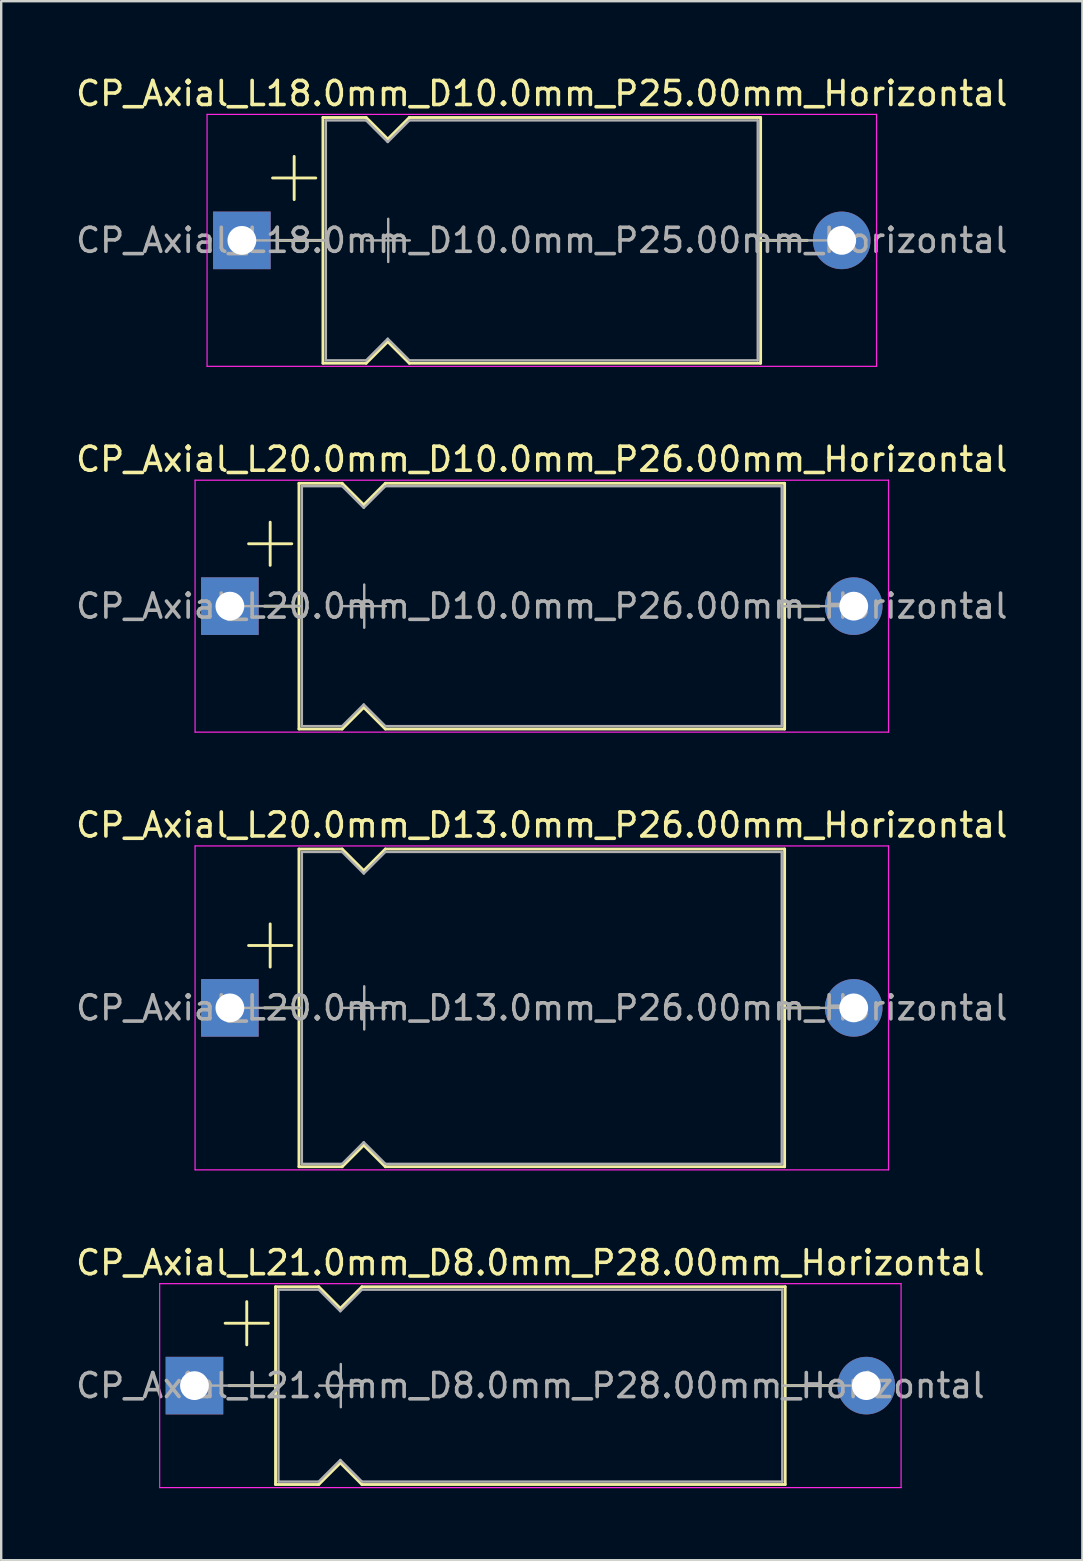
<source format=kicad_pcb>
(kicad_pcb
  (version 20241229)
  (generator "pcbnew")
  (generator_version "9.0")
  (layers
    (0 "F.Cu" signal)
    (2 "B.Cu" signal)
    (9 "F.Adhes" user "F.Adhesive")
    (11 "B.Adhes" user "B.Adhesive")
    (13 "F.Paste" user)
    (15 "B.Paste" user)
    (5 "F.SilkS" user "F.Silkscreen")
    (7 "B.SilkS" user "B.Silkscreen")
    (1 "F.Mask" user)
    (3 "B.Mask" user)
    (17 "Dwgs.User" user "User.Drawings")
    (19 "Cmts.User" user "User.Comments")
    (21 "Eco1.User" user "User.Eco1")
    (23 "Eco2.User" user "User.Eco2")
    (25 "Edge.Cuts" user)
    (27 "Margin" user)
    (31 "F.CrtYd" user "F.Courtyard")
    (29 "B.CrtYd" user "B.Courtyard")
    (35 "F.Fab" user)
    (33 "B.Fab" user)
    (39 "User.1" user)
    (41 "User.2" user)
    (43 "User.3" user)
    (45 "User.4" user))
  (footprint "CP_Axial_L21.0mm_D8.0mm_P28.00mm_Horizontal"
    (layer "F.Cu")
    (at 5.054 54.698)
    (property "Reference" "CP_Axial_L21.0mm_D8.0mm_P28.00mm_Horizontal" (at 14 -5.12 0) (layer "F.SilkS") (effects (font (size 1 1) (thickness 0.15))))
    (attr through_hole)
    (fp_line (start 1.28 -2.6) (end 3.08 -2.6) (stroke (width 0.12) (type solid)) (layer "F.SilkS"))
    (fp_line (start 1.44 0) (end 3.38 0) (stroke (width 0.12) (type solid)) (layer "F.SilkS"))
    (fp_line (start 2.18 -3.5) (end 2.18 -1.7) (stroke (width 0.12) (type solid)) (layer "F.SilkS"))
    (fp_line (start 3.38 -4.12) (end 3.38 4.12) (stroke (width 0.12) (type solid)) (layer "F.SilkS"))
    (fp_line (start 3.38 -4.12) (end 5.18 -4.12) (stroke (width 0.12) (type solid)) (layer "F.SilkS"))
    (fp_line (start 3.38 4.12) (end 5.18 4.12) (stroke (width 0.12) (type solid)) (layer "F.SilkS"))
    (fp_line (start 5.18 -4.12) (end 6.08 -3.22) (stroke (width 0.12) (type solid)) (layer "F.SilkS"))
    (fp_line (start 5.18 4.12) (end 6.08 3.22) (stroke (width 0.12) (type solid)) (layer "F.SilkS"))
    (fp_line (start 6.08 -3.22) (end 6.98 -4.12) (stroke (width 0.12) (type solid)) (layer "F.SilkS"))
    (fp_line (start 6.08 3.22) (end 6.98 4.12) (stroke (width 0.12) (type solid)) (layer "F.SilkS"))
    (fp_line (start 6.98 -4.12) (end 24.62 -4.12) (stroke (width 0.12) (type solid)) (layer "F.SilkS"))
    (fp_line (start 6.98 4.12) (end 24.62 4.12) (stroke (width 0.12) (type solid)) (layer "F.SilkS"))
    (fp_line (start 24.62 -4.12) (end 24.62 4.12) (stroke (width 0.12) (type solid)) (layer "F.SilkS"))
    (fp_line (start 26.56 0) (end 24.62 0) (stroke (width 0.12) (type solid)) (layer "F.SilkS"))
    (fp_line (start -1.45 -4.25) (end -1.45 4.25) (stroke (width 0.05) (type solid)) (layer "F.CrtYd"))
    (fp_line (start -1.45 4.25) (end 29.45 4.25) (stroke (width 0.05) (type solid)) (layer "F.CrtYd"))
    (fp_line (start 29.45 -4.25) (end -1.45 -4.25) (stroke (width 0.05) (type solid)) (layer "F.CrtYd"))
    (fp_line (start 29.45 4.25) (end 29.45 -4.25) (stroke (width 0.05) (type solid)) (layer "F.CrtYd"))
    (fp_line (start 0 0) (end 3.5 0) (stroke (width 0.1) (type solid)) (layer "F.Fab"))
    (fp_line (start 3.5 -4) (end 3.5 4) (stroke (width 0.1) (type solid)) (layer "F.Fab"))
    (fp_line (start 3.5 -4) (end 5.18 -4) (stroke (width 0.1) (type solid)) (layer "F.Fab"))
    (fp_line (start 3.5 4) (end 5.18 4) (stroke (width 0.1) (type solid)) (layer "F.Fab"))
    (fp_line (start 5.18 -4) (end 6.08 -3.1) (stroke (width 0.1) (type solid)) (layer "F.Fab"))
    (fp_line (start 5.18 4) (end 6.08 3.1) (stroke (width 0.1) (type solid)) (layer "F.Fab"))
    (fp_line (start 5.2 0) (end 7 0) (stroke (width 0.1) (type solid)) (layer "F.Fab"))
    (fp_line (start 6.08 -3.1) (end 6.98 -4) (stroke (width 0.1) (type solid)) (layer "F.Fab"))
    (fp_line (start 6.08 3.1) (end 6.98 4) (stroke (width 0.1) (type solid)) (layer "F.Fab"))
    (fp_line (start 6.1 -0.9) (end 6.1 0.9) (stroke (width 0.1) (type solid)) (layer "F.Fab"))
    (fp_line (start 6.98 -4) (end 24.5 -4) (stroke (width 0.1) (type solid)) (layer "F.Fab"))
    (fp_line (start 6.98 4) (end 24.5 4) (stroke (width 0.1) (type solid)) (layer "F.Fab"))
    (fp_line (start 24.5 -4) (end 24.5 4) (stroke (width 0.1) (type solid)) (layer "F.Fab"))
    (fp_line (start 28 0) (end 24.5 0) (stroke (width 0.1) (type solid)) (layer "F.Fab"))
    (fp_text user "${REFERENCE}" (at 14 0 0) (layer "F.Fab") (effects (font (size 1 1) (thickness 0.15))))
    (pad "1" thru_hole rect (at 0 0) (size 2.4 2.4) (drill 1.2) (layers "*.Cu" "*.Mask"))
    (pad "2" thru_hole oval (at 28 0) (size 2.4 2.4) (drill 1.2) (layers "*.Cu" "*.Mask")))
  (footprint "CP_Axial_L20.0mm_D13.0mm_P26.00mm_Horizontal"
    (layer "F.Cu")
    (at 6.53 38.955)
    (property "Reference" "CP_Axial_L20.0mm_D13.0mm_P26.00mm_Horizontal" (at 13 -7.62 0) (layer "F.SilkS") (effects (font (size 1 1) (thickness 0.15))))
    (attr through_hole)
    (fp_line (start 0.78 -2.6) (end 2.58 -2.6) (stroke (width 0.12) (type solid)) (layer "F.SilkS"))
    (fp_line (start 1.44 0) (end 2.88 0) (stroke (width 0.12) (type solid)) (layer "F.SilkS"))
    (fp_line (start 1.68 -3.5) (end 1.68 -1.7) (stroke (width 0.12) (type solid)) (layer "F.SilkS"))
    (fp_line (start 2.88 -6.62) (end 2.88 6.62) (stroke (width 0.12) (type solid)) (layer "F.SilkS"))
    (fp_line (start 2.88 -6.62) (end 4.68 -6.62) (stroke (width 0.12) (type solid)) (layer "F.SilkS"))
    (fp_line (start 2.88 6.62) (end 4.68 6.62) (stroke (width 0.12) (type solid)) (layer "F.SilkS"))
    (fp_line (start 4.68 -6.62) (end 5.58 -5.72) (stroke (width 0.12) (type solid)) (layer "F.SilkS"))
    (fp_line (start 4.68 6.62) (end 5.58 5.72) (stroke (width 0.12) (type solid)) (layer "F.SilkS"))
    (fp_line (start 5.58 -5.72) (end 6.48 -6.62) (stroke (width 0.12) (type solid)) (layer "F.SilkS"))
    (fp_line (start 5.58 5.72) (end 6.48 6.62) (stroke (width 0.12) (type solid)) (layer "F.SilkS"))
    (fp_line (start 6.48 -6.62) (end 23.12 -6.62) (stroke (width 0.12) (type solid)) (layer "F.SilkS"))
    (fp_line (start 6.48 6.62) (end 23.12 6.62) (stroke (width 0.12) (type solid)) (layer "F.SilkS"))
    (fp_line (start 23.12 -6.62) (end 23.12 6.62) (stroke (width 0.12) (type solid)) (layer "F.SilkS"))
    (fp_line (start 24.56 0) (end 23.12 0) (stroke (width 0.12) (type solid)) (layer "F.SilkS"))
    (fp_line (start -1.45 -6.75) (end -1.45 6.75) (stroke (width 0.05) (type solid)) (layer "F.CrtYd"))
    (fp_line (start -1.45 6.75) (end 27.45 6.75) (stroke (width 0.05) (type solid)) (layer "F.CrtYd"))
    (fp_line (start 27.45 -6.75) (end -1.45 -6.75) (stroke (width 0.05) (type solid)) (layer "F.CrtYd"))
    (fp_line (start 27.45 6.75) (end 27.45 -6.75) (stroke (width 0.05) (type solid)) (layer "F.CrtYd"))
    (fp_line (start 0 0) (end 3 0) (stroke (width 0.1) (type solid)) (layer "F.Fab"))
    (fp_line (start 3 -6.5) (end 3 6.5) (stroke (width 0.1) (type solid)) (layer "F.Fab"))
    (fp_line (start 3 -6.5) (end 4.68 -6.5) (stroke (width 0.1) (type solid)) (layer "F.Fab"))
    (fp_line (start 3 6.5) (end 4.68 6.5) (stroke (width 0.1) (type solid)) (layer "F.Fab"))
    (fp_line (start 4.68 -6.5) (end 5.58 -5.6) (stroke (width 0.1) (type solid)) (layer "F.Fab"))
    (fp_line (start 4.68 6.5) (end 5.58 5.6) (stroke (width 0.1) (type solid)) (layer "F.Fab"))
    (fp_line (start 4.7 0) (end 6.5 0) (stroke (width 0.1) (type solid)) (layer "F.Fab"))
    (fp_line (start 5.58 -5.6) (end 6.48 -6.5) (stroke (width 0.1) (type solid)) (layer "F.Fab"))
    (fp_line (start 5.58 5.6) (end 6.48 6.5) (stroke (width 0.1) (type solid)) (layer "F.Fab"))
    (fp_line (start 5.6 -0.9) (end 5.6 0.9) (stroke (width 0.1) (type solid)) (layer "F.Fab"))
    (fp_line (start 6.48 -6.5) (end 23 -6.5) (stroke (width 0.1) (type solid)) (layer "F.Fab"))
    (fp_line (start 6.48 6.5) (end 23 6.5) (stroke (width 0.1) (type solid)) (layer "F.Fab"))
    (fp_line (start 23 -6.5) (end 23 6.5) (stroke (width 0.1) (type solid)) (layer "F.Fab"))
    (fp_line (start 26 0) (end 23 0) (stroke (width 0.1) (type solid)) (layer "F.Fab"))
    (fp_text user "${REFERENCE}" (at 13 0 0) (layer "F.Fab") (effects (font (size 1 1) (thickness 0.15))))
    (pad "1" thru_hole rect (at 0 0) (size 2.4 2.4) (drill 1.2) (layers "*.Cu" "*.Mask"))
    (pad "2" thru_hole oval (at 26 0) (size 2.4 2.4) (drill 1.2) (layers "*.Cu" "*.Mask")))
  (footprint "CP_Axial_L18.0mm_D10.0mm_P25.00mm_Horizontal"
    (layer "F.Cu")
    (at 7.03 6.968)
    (property "Reference" "CP_Axial_L18.0mm_D10.0mm_P25.00mm_Horizontal" (at 12.5 -6.12 0) (layer "F.SilkS") (effects (font (size 1 1) (thickness 0.15))))
    (attr through_hole)
    (fp_line (start 1.28 -2.6) (end 3.08 -2.6) (stroke (width 0.12) (type solid)) (layer "F.SilkS"))
    (fp_line (start 1.44 0) (end 3.38 0) (stroke (width 0.12) (type solid)) (layer "F.SilkS"))
    (fp_line (start 2.18 -3.5) (end 2.18 -1.7) (stroke (width 0.12) (type solid)) (layer "F.SilkS"))
    (fp_line (start 3.38 -5.12) (end 3.38 5.12) (stroke (width 0.12) (type solid)) (layer "F.SilkS"))
    (fp_line (start 3.38 -5.12) (end 5.18 -5.12) (stroke (width 0.12) (type solid)) (layer "F.SilkS"))
    (fp_line (start 3.38 5.12) (end 5.18 5.12) (stroke (width 0.12) (type solid)) (layer "F.SilkS"))
    (fp_line (start 5.18 -5.12) (end 6.08 -4.22) (stroke (width 0.12) (type solid)) (layer "F.SilkS"))
    (fp_line (start 5.18 5.12) (end 6.08 4.22) (stroke (width 0.12) (type solid)) (layer "F.SilkS"))
    (fp_line (start 6.08 -4.22) (end 6.98 -5.12) (stroke (width 0.12) (type solid)) (layer "F.SilkS"))
    (fp_line (start 6.08 4.22) (end 6.98 5.12) (stroke (width 0.12) (type solid)) (layer "F.SilkS"))
    (fp_line (start 6.98 -5.12) (end 21.62 -5.12) (stroke (width 0.12) (type solid)) (layer "F.SilkS"))
    (fp_line (start 6.98 5.12) (end 21.62 5.12) (stroke (width 0.12) (type solid)) (layer "F.SilkS"))
    (fp_line (start 21.62 -5.12) (end 21.62 5.12) (stroke (width 0.12) (type solid)) (layer "F.SilkS"))
    (fp_line (start 23.56 0) (end 21.62 0) (stroke (width 0.12) (type solid)) (layer "F.SilkS"))
    (fp_line (start -1.45 -5.25) (end -1.45 5.25) (stroke (width 0.05) (type solid)) (layer "F.CrtYd"))
    (fp_line (start -1.45 5.25) (end 26.45 5.25) (stroke (width 0.05) (type solid)) (layer "F.CrtYd"))
    (fp_line (start 26.45 -5.25) (end -1.45 -5.25) (stroke (width 0.05) (type solid)) (layer "F.CrtYd"))
    (fp_line (start 26.45 5.25) (end 26.45 -5.25) (stroke (width 0.05) (type solid)) (layer "F.CrtYd"))
    (fp_line (start 0 0) (end 3.5 0) (stroke (width 0.1) (type solid)) (layer "F.Fab"))
    (fp_line (start 3.5 -5) (end 3.5 5) (stroke (width 0.1) (type solid)) (layer "F.Fab"))
    (fp_line (start 3.5 -5) (end 5.18 -5) (stroke (width 0.1) (type solid)) (layer "F.Fab"))
    (fp_line (start 3.5 5) (end 5.18 5) (stroke (width 0.1) (type solid)) (layer "F.Fab"))
    (fp_line (start 5.18 -5) (end 6.08 -4.1) (stroke (width 0.1) (type solid)) (layer "F.Fab"))
    (fp_line (start 5.18 5) (end 6.08 4.1) (stroke (width 0.1) (type solid)) (layer "F.Fab"))
    (fp_line (start 5.2 0) (end 7 0) (stroke (width 0.1) (type solid)) (layer "F.Fab"))
    (fp_line (start 6.08 -4.1) (end 6.98 -5) (stroke (width 0.1) (type solid)) (layer "F.Fab"))
    (fp_line (start 6.08 4.1) (end 6.98 5) (stroke (width 0.1) (type solid)) (layer "F.Fab"))
    (fp_line (start 6.1 -0.9) (end 6.1 0.9) (stroke (width 0.1) (type solid)) (layer "F.Fab"))
    (fp_line (start 6.98 -5) (end 21.5 -5) (stroke (width 0.1) (type solid)) (layer "F.Fab"))
    (fp_line (start 6.98 5) (end 21.5 5) (stroke (width 0.1) (type solid)) (layer "F.Fab"))
    (fp_line (start 21.5 -5) (end 21.5 5) (stroke (width 0.1) (type solid)) (layer "F.Fab"))
    (fp_line (start 25 0) (end 21.5 0) (stroke (width 0.1) (type solid)) (layer "F.Fab"))
    (fp_text user "${REFERENCE}" (at 12.5 0 0) (layer "F.Fab") (effects (font (size 1 1) (thickness 0.15))))
    (pad "1" thru_hole rect (at 0 0) (size 2.4 2.4) (drill 1.2) (layers "*.Cu" "*.Mask"))
    (pad "2" thru_hole oval (at 25 0) (size 2.4 2.4) (drill 1.2) (layers "*.Cu" "*.Mask")))
  (footprint "CP_Axial_L20.0mm_D10.0mm_P26.00mm_Horizontal"
    (layer "F.Cu")
    (at 6.53 22.212)
    (property "Reference" "CP_Axial_L20.0mm_D10.0mm_P26.00mm_Horizontal" (at 13 -6.12 0) (layer "F.SilkS") (effects (font (size 1 1) (thickness 0.15))))
    (attr through_hole)
    (fp_line (start 0.78 -2.6) (end 2.58 -2.6) (stroke (width 0.12) (type solid)) (layer "F.SilkS"))
    (fp_line (start 1.44 0) (end 2.88 0) (stroke (width 0.12) (type solid)) (layer "F.SilkS"))
    (fp_line (start 1.68 -3.5) (end 1.68 -1.7) (stroke (width 0.12) (type solid)) (layer "F.SilkS"))
    (fp_line (start 2.88 -5.12) (end 2.88 5.12) (stroke (width 0.12) (type solid)) (layer "F.SilkS"))
    (fp_line (start 2.88 -5.12) (end 4.68 -5.12) (stroke (width 0.12) (type solid)) (layer "F.SilkS"))
    (fp_line (start 2.88 5.12) (end 4.68 5.12) (stroke (width 0.12) (type solid)) (layer "F.SilkS"))
    (fp_line (start 4.68 -5.12) (end 5.58 -4.22) (stroke (width 0.12) (type solid)) (layer "F.SilkS"))
    (fp_line (start 4.68 5.12) (end 5.58 4.22) (stroke (width 0.12) (type solid)) (layer "F.SilkS"))
    (fp_line (start 5.58 -4.22) (end 6.48 -5.12) (stroke (width 0.12) (type solid)) (layer "F.SilkS"))
    (fp_line (start 5.58 4.22) (end 6.48 5.12) (stroke (width 0.12) (type solid)) (layer "F.SilkS"))
    (fp_line (start 6.48 -5.12) (end 23.12 -5.12) (stroke (width 0.12) (type solid)) (layer "F.SilkS"))
    (fp_line (start 6.48 5.12) (end 23.12 5.12) (stroke (width 0.12) (type solid)) (layer "F.SilkS"))
    (fp_line (start 23.12 -5.12) (end 23.12 5.12) (stroke (width 0.12) (type solid)) (layer "F.SilkS"))
    (fp_line (start 24.56 0) (end 23.12 0) (stroke (width 0.12) (type solid)) (layer "F.SilkS"))
    (fp_line (start -1.45 -5.25) (end -1.45 5.25) (stroke (width 0.05) (type solid)) (layer "F.CrtYd"))
    (fp_line (start -1.45 5.25) (end 27.45 5.25) (stroke (width 0.05) (type solid)) (layer "F.CrtYd"))
    (fp_line (start 27.45 -5.25) (end -1.45 -5.25) (stroke (width 0.05) (type solid)) (layer "F.CrtYd"))
    (fp_line (start 27.45 5.25) (end 27.45 -5.25) (stroke (width 0.05) (type solid)) (layer "F.CrtYd"))
    (fp_line (start 0 0) (end 3 0) (stroke (width 0.1) (type solid)) (layer "F.Fab"))
    (fp_line (start 3 -5) (end 3 5) (stroke (width 0.1) (type solid)) (layer "F.Fab"))
    (fp_line (start 3 -5) (end 4.68 -5) (stroke (width 0.1) (type solid)) (layer "F.Fab"))
    (fp_line (start 3 5) (end 4.68 5) (stroke (width 0.1) (type solid)) (layer "F.Fab"))
    (fp_line (start 4.68 -5) (end 5.58 -4.1) (stroke (width 0.1) (type solid)) (layer "F.Fab"))
    (fp_line (start 4.68 5) (end 5.58 4.1) (stroke (width 0.1) (type solid)) (layer "F.Fab"))
    (fp_line (start 4.7 0) (end 6.5 0) (stroke (width 0.1) (type solid)) (layer "F.Fab"))
    (fp_line (start 5.58 -4.1) (end 6.48 -5) (stroke (width 0.1) (type solid)) (layer "F.Fab"))
    (fp_line (start 5.58 4.1) (end 6.48 5) (stroke (width 0.1) (type solid)) (layer "F.Fab"))
    (fp_line (start 5.6 -0.9) (end 5.6 0.9) (stroke (width 0.1) (type solid)) (layer "F.Fab"))
    (fp_line (start 6.48 -5) (end 23 -5) (stroke (width 0.1) (type solid)) (layer "F.Fab"))
    (fp_line (start 6.48 5) (end 23 5) (stroke (width 0.1) (type solid)) (layer "F.Fab"))
    (fp_line (start 23 -5) (end 23 5) (stroke (width 0.1) (type solid)) (layer "F.Fab"))
    (fp_line (start 26 0) (end 23 0) (stroke (width 0.1) (type solid)) (layer "F.Fab"))
    (fp_text user "${REFERENCE}" (at 13 0 0) (layer "F.Fab") (effects (font (size 1 1) (thickness 0.15))))
    (pad "1" thru_hole rect (at 0 0) (size 2.4 2.4) (drill 1.2) (layers "*.Cu" "*.Mask"))
    (pad "2" thru_hole oval (at 26 0) (size 2.4 2.4) (drill 1.2) (layers "*.Cu" "*.Mask")))
  (gr_rect
    (start -3 -3)
    (end 42.06 61.973)
    (stroke (width 0.1) (type default))
    (fill no)
    (layer "Edge.Cuts")))
</source>
